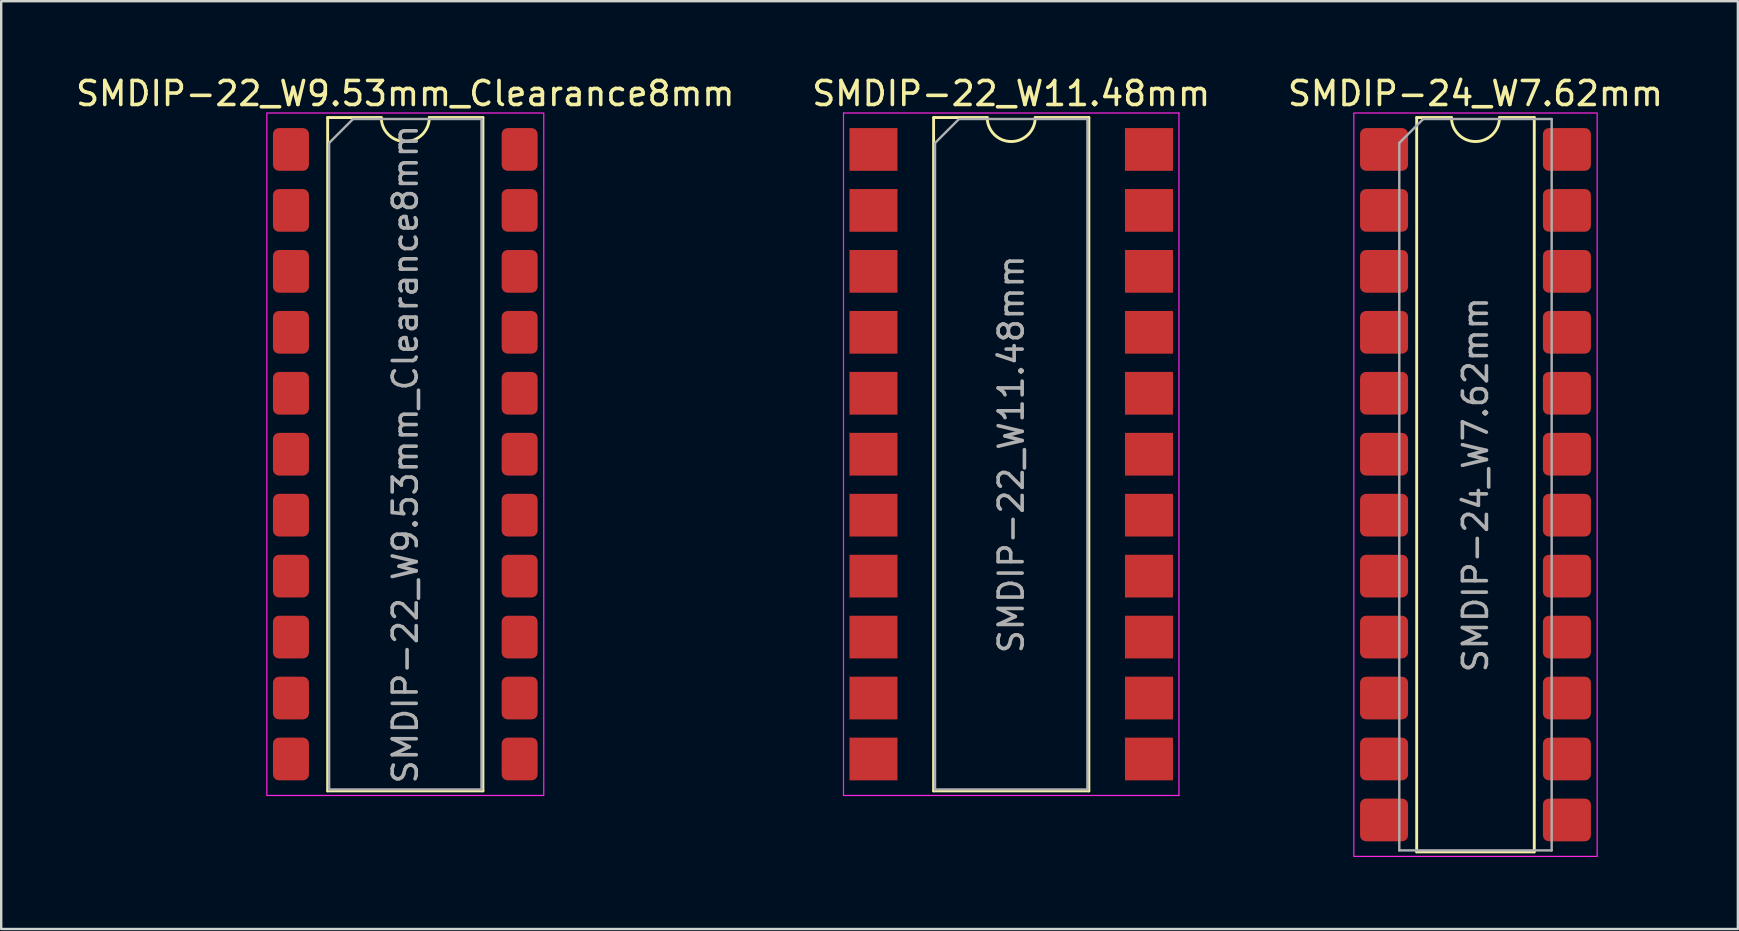
<source format=kicad_pcb>
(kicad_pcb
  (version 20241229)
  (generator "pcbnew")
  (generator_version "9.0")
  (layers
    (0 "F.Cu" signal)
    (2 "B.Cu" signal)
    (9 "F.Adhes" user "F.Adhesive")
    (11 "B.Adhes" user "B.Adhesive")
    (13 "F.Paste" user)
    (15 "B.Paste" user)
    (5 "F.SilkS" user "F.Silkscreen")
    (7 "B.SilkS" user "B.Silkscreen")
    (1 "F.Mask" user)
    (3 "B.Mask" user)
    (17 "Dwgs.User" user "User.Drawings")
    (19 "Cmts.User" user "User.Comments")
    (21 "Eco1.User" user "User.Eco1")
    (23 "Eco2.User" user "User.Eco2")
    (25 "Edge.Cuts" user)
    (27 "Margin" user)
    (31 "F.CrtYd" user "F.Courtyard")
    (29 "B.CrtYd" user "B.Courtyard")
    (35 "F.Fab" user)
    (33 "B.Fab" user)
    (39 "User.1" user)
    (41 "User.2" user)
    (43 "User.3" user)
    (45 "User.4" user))
  (footprint "SMDIP-22_W11.48mm"
    (layer "F.Cu")
    (at 39.089 15.878)
    (property "Reference" "SMDIP-22_W11.48mm" (at 0 -15.03 0) (layer "F.SilkS") (effects (font (size 1 1) (thickness 0.15))))
    (attr smd)
    (fp_line (start -3.235 -14.03) (end -3.235 14.03) (stroke (width 0.12) (type solid)) (layer "F.SilkS"))
    (fp_line (start -3.235 14.03) (end 3.235 14.03) (stroke (width 0.12) (type solid)) (layer "F.SilkS"))
    (fp_line (start -1 -14.03) (end -3.235 -14.03) (stroke (width 0.12) (type solid)) (layer "F.SilkS"))
    (fp_line (start 3.235 -14.03) (end 1 -14.03) (stroke (width 0.12) (type solid)) (layer "F.SilkS"))
    (fp_line (start 3.235 14.03) (end 3.235 -14.03) (stroke (width 0.12) (type solid)) (layer "F.SilkS"))
    (fp_arc (start 1 -14.03) (mid 0 -13.03) (end -1 -14.03) (stroke (width 0.12) (type solid)) (layer "F.SilkS"))
    (fp_line (start -6.99 -14.22) (end -6.99 14.22) (stroke (width 0.05) (type solid)) (layer "F.CrtYd"))
    (fp_line (start -6.99 14.22) (end 6.99 14.22) (stroke (width 0.05) (type solid)) (layer "F.CrtYd"))
    (fp_line (start 6.99 -14.22) (end -6.99 -14.22) (stroke (width 0.05) (type solid)) (layer "F.CrtYd"))
    (fp_line (start 6.99 14.22) (end 6.99 -14.22) (stroke (width 0.05) (type solid)) (layer "F.CrtYd"))
    (fp_line (start -3.175 -12.97) (end -2.175 -13.97) (stroke (width 0.1) (type solid)) (layer "F.Fab"))
    (fp_line (start -3.175 13.97) (end -3.175 -12.97) (stroke (width 0.1) (type solid)) (layer "F.Fab"))
    (fp_line (start -2.175 -13.97) (end 3.175 -13.97) (stroke (width 0.1) (type solid)) (layer "F.Fab"))
    (fp_line (start 3.175 -13.97) (end 3.175 13.97) (stroke (width 0.1) (type solid)) (layer "F.Fab"))
    (fp_line (start 3.175 13.97) (end -3.175 13.97) (stroke (width 0.1) (type solid)) (layer "F.Fab"))
    (fp_text user "${REFERENCE}" (at 0 0 90) (layer "F.Fab") (effects (font (size 1 1) (thickness 0.15))))
    (pad "1" smd rect (at -5.74 -12.7) (size 2 1.78) (layers "F.Cu" "F.Mask" "F.Paste"))
    (pad "2" smd rect (at -5.74 -10.16) (size 2 1.78) (layers "F.Cu" "F.Mask" "F.Paste"))
    (pad "3" smd rect (at -5.74 -7.62) (size 2 1.78) (layers "F.Cu" "F.Mask" "F.Paste"))
    (pad "4" smd rect (at -5.74 -5.08) (size 2 1.78) (layers "F.Cu" "F.Mask" "F.Paste"))
    (pad "5" smd rect (at -5.74 -2.54) (size 2 1.78) (layers "F.Cu" "F.Mask" "F.Paste"))
    (pad "6" smd rect (at -5.74 0) (size 2 1.78) (layers "F.Cu" "F.Mask" "F.Paste"))
    (pad "7" smd rect (at -5.74 2.54) (size 2 1.78) (layers "F.Cu" "F.Mask" "F.Paste"))
    (pad "8" smd rect (at -5.74 5.08) (size 2 1.78) (layers "F.Cu" "F.Mask" "F.Paste"))
    (pad "9" smd rect (at -5.74 7.62) (size 2 1.78) (layers "F.Cu" "F.Mask" "F.Paste"))
    (pad "10" smd rect (at -5.74 10.16) (size 2 1.78) (layers "F.Cu" "F.Mask" "F.Paste"))
    (pad "11" smd rect (at -5.74 12.7) (size 2 1.78) (layers "F.Cu" "F.Mask" "F.Paste"))
    (pad "12" smd rect (at 5.74 12.7) (size 2 1.78) (layers "F.Cu" "F.Mask" "F.Paste"))
    (pad "13" smd rect (at 5.74 10.16) (size 2 1.78) (layers "F.Cu" "F.Mask" "F.Paste"))
    (pad "14" smd rect (at 5.74 7.62) (size 2 1.78) (layers "F.Cu" "F.Mask" "F.Paste"))
    (pad "15" smd rect (at 5.74 5.08) (size 2 1.78) (layers "F.Cu" "F.Mask" "F.Paste"))
    (pad "16" smd rect (at 5.74 2.54) (size 2 1.78) (layers "F.Cu" "F.Mask" "F.Paste"))
    (pad "17" smd rect (at 5.74 0) (size 2 1.78) (layers "F.Cu" "F.Mask" "F.Paste"))
    (pad "18" smd rect (at 5.74 -2.54) (size 2 1.78) (layers "F.Cu" "F.Mask" "F.Paste"))
    (pad "19" smd rect (at 5.74 -5.08) (size 2 1.78) (layers "F.Cu" "F.Mask" "F.Paste"))
    (pad "20" smd rect (at 5.74 -7.62) (size 2 1.78) (layers "F.Cu" "F.Mask" "F.Paste"))
    (pad "21" smd rect (at 5.74 -10.16) (size 2 1.78) (layers "F.Cu" "F.Mask" "F.Paste"))
    (pad "22" smd rect (at 5.74 -12.7) (size 2 1.78) (layers "F.Cu" "F.Mask" "F.Paste")))
  (footprint "SMDIP-22_W9.53mm_Clearance8mm"
    (layer "F.Cu")
    (at 13.839 15.878)
    (property "Reference" "SMDIP-22_W9.53mm_Clearance8mm" (at 0 -15.03 0) (layer "F.SilkS") (effects (font (size 1 1) (thickness 0.15))))
    (attr smd)
    (fp_line (start -3.235 -14.03) (end -3.235 14.03) (stroke (width 0.12) (type solid)) (layer "F.SilkS"))
    (fp_line (start -3.235 14.03) (end 3.235 14.03) (stroke (width 0.12) (type solid)) (layer "F.SilkS"))
    (fp_line (start -1 -14.03) (end -3.235 -14.03) (stroke (width 0.12) (type solid)) (layer "F.SilkS"))
    (fp_line (start 3.235 -14.03) (end 1 -14.03) (stroke (width 0.12) (type solid)) (layer "F.SilkS"))
    (fp_line (start 3.235 14.03) (end 3.235 -14.03) (stroke (width 0.12) (type solid)) (layer "F.SilkS"))
    (fp_arc (start 1 -14.03) (mid 0 -13.03) (end -1 -14.03) (stroke (width 0.12) (type solid)) (layer "F.SilkS"))
    (fp_rect (start -5.77 -14.22) (end 5.77 14.22) (stroke (width 0.05) (type solid)) (fill no) (layer "F.CrtYd"))
    (fp_line (start -3.175 -12.97) (end -2.175 -13.97) (stroke (width 0.1) (type solid)) (layer "F.Fab"))
    (fp_line (start -3.175 13.97) (end -3.175 -12.97) (stroke (width 0.1) (type solid)) (layer "F.Fab"))
    (fp_line (start -2.175 -13.97) (end 3.175 -13.97) (stroke (width 0.1) (type solid)) (layer "F.Fab"))
    (fp_line (start 3.175 -13.97) (end 3.175 13.97) (stroke (width 0.1) (type solid)) (layer "F.Fab"))
    (fp_line (start 3.175 13.97) (end -3.175 13.97) (stroke (width 0.1) (type solid)) (layer "F.Fab"))
    (fp_text user "${REFERENCE}" (at 0 0 90) (layer "F.Fab") (effects (font (size 1 1) (thickness 0.15))))
    (pad "1" smd roundrect (at -4.765 -12.7) (size 1.5 1.78) (layers "F.Cu" "F.Mask" "F.Paste") (roundrect_rratio 0.167))
    (pad "2" smd roundrect (at -4.765 -10.16) (size 1.5 1.78) (layers "F.Cu" "F.Mask" "F.Paste") (roundrect_rratio 0.167))
    (pad "3" smd roundrect (at -4.765 -7.62) (size 1.5 1.78) (layers "F.Cu" "F.Mask" "F.Paste") (roundrect_rratio 0.167))
    (pad "4" smd roundrect (at -4.765 -5.08) (size 1.5 1.78) (layers "F.Cu" "F.Mask" "F.Paste") (roundrect_rratio 0.167))
    (pad "5" smd roundrect (at -4.765 -2.54) (size 1.5 1.78) (layers "F.Cu" "F.Mask" "F.Paste") (roundrect_rratio 0.167))
    (pad "6" smd roundrect (at -4.765 0) (size 1.5 1.78) (layers "F.Cu" "F.Mask" "F.Paste") (roundrect_rratio 0.167))
    (pad "7" smd roundrect (at -4.765 2.54) (size 1.5 1.78) (layers "F.Cu" "F.Mask" "F.Paste") (roundrect_rratio 0.167))
    (pad "8" smd roundrect (at -4.765 5.08) (size 1.5 1.78) (layers "F.Cu" "F.Mask" "F.Paste") (roundrect_rratio 0.167))
    (pad "9" smd roundrect (at -4.765 7.62) (size 1.5 1.78) (layers "F.Cu" "F.Mask" "F.Paste") (roundrect_rratio 0.167))
    (pad "10" smd roundrect (at -4.765 10.16) (size 1.5 1.78) (layers "F.Cu" "F.Mask" "F.Paste") (roundrect_rratio 0.167))
    (pad "11" smd roundrect (at -4.765 12.7) (size 1.5 1.78) (layers "F.Cu" "F.Mask" "F.Paste") (roundrect_rratio 0.167))
    (pad "12" smd roundrect (at 4.765 12.7) (size 1.5 1.78) (layers "F.Cu" "F.Mask" "F.Paste") (roundrect_rratio 0.167))
    (pad "13" smd roundrect (at 4.765 10.16) (size 1.5 1.78) (layers "F.Cu" "F.Mask" "F.Paste") (roundrect_rratio 0.167))
    (pad "14" smd roundrect (at 4.765 7.62) (size 1.5 1.78) (layers "F.Cu" "F.Mask" "F.Paste") (roundrect_rratio 0.167))
    (pad "15" smd roundrect (at 4.765 5.08) (size 1.5 1.78) (layers "F.Cu" "F.Mask" "F.Paste") (roundrect_rratio 0.167))
    (pad "16" smd roundrect (at 4.765 2.54) (size 1.5 1.78) (layers "F.Cu" "F.Mask" "F.Paste") (roundrect_rratio 0.167))
    (pad "17" smd roundrect (at 4.765 0) (size 1.5 1.78) (layers "F.Cu" "F.Mask" "F.Paste") (roundrect_rratio 0.167))
    (pad "18" smd roundrect (at 4.765 -2.54) (size 1.5 1.78) (layers "F.Cu" "F.Mask" "F.Paste") (roundrect_rratio 0.167))
    (pad "19" smd roundrect (at 4.765 -5.08) (size 1.5 1.78) (layers "F.Cu" "F.Mask" "F.Paste") (roundrect_rratio 0.167))
    (pad "20" smd roundrect (at 4.765 -7.62) (size 1.5 1.78) (layers "F.Cu" "F.Mask" "F.Paste") (roundrect_rratio 0.167))
    (pad "21" smd roundrect (at 4.765 -10.16) (size 1.5 1.78) (layers "F.Cu" "F.Mask" "F.Paste") (roundrect_rratio 0.167))
    (pad "22" smd roundrect (at 4.765 -12.7) (size 1.5 1.78) (layers "F.Cu" "F.Mask" "F.Paste") (roundrect_rratio 0.167)))
  (footprint "SMDIP-24_W7.62mm"
    (layer "F.Cu")
    (at 58.435 17.148)
    (property "Reference" "SMDIP-24_W7.62mm" (at 0 -16.3 0) (layer "F.SilkS") (effects (font (size 1 1) (thickness 0.15))))
    (attr smd)
    (fp_line (start -2.45 -15.3) (end -2.45 15.3) (stroke (width 0.12) (type solid)) (layer "F.SilkS"))
    (fp_line (start -2.45 15.3) (end 2.45 15.3) (stroke (width 0.12) (type solid)) (layer "F.SilkS"))
    (fp_line (start -1 -15.3) (end -2.45 -15.3) (stroke (width 0.12) (type solid)) (layer "F.SilkS"))
    (fp_line (start 2.45 -15.3) (end 1 -15.3) (stroke (width 0.12) (type solid)) (layer "F.SilkS"))
    (fp_line (start 2.45 15.3) (end 2.45 -15.3) (stroke (width 0.12) (type solid)) (layer "F.SilkS"))
    (fp_arc (start 1 -15.3) (mid 0 -14.3) (end -1 -15.3) (stroke (width 0.12) (type solid)) (layer "F.SilkS"))
    (fp_rect (start -5.07 -15.49) (end 5.07 15.49) (stroke (width 0.05) (type solid)) (fill no) (layer "F.CrtYd"))
    (fp_line (start -3.175 -14.24) (end -2.175 -15.24) (stroke (width 0.1) (type solid)) (layer "F.Fab"))
    (fp_line (start -3.175 15.24) (end -3.175 -14.24) (stroke (width 0.1) (type solid)) (layer "F.Fab"))
    (fp_line (start -2.175 -15.24) (end 3.175 -15.24) (stroke (width 0.1) (type solid)) (layer "F.Fab"))
    (fp_line (start 3.175 -15.24) (end 3.175 15.24) (stroke (width 0.1) (type solid)) (layer "F.Fab"))
    (fp_line (start 3.175 15.24) (end -3.175 15.24) (stroke (width 0.1) (type solid)) (layer "F.Fab"))
    (fp_text user "${REFERENCE}" (at 0 0 90) (layer "F.Fab") (effects (font (size 1 1) (thickness 0.15))))
    (pad "1" smd roundrect (at -3.81 -13.97) (size 2 1.78) (layers "F.Cu" "F.Mask" "F.Paste") (roundrect_rratio 0.14))
    (pad "2" smd roundrect (at -3.81 -11.43) (size 2 1.78) (layers "F.Cu" "F.Mask" "F.Paste") (roundrect_rratio 0.14))
    (pad "3" smd roundrect (at -3.81 -8.89) (size 2 1.78) (layers "F.Cu" "F.Mask" "F.Paste") (roundrect_rratio 0.14))
    (pad "4" smd roundrect (at -3.81 -6.35) (size 2 1.78) (layers "F.Cu" "F.Mask" "F.Paste") (roundrect_rratio 0.14))
    (pad "5" smd roundrect (at -3.81 -3.81) (size 2 1.78) (layers "F.Cu" "F.Mask" "F.Paste") (roundrect_rratio 0.14))
    (pad "6" smd roundrect (at -3.81 -1.27) (size 2 1.78) (layers "F.Cu" "F.Mask" "F.Paste") (roundrect_rratio 0.14))
    (pad "7" smd roundrect (at -3.81 1.27) (size 2 1.78) (layers "F.Cu" "F.Mask" "F.Paste") (roundrect_rratio 0.14))
    (pad "8" smd roundrect (at -3.81 3.81) (size 2 1.78) (layers "F.Cu" "F.Mask" "F.Paste") (roundrect_rratio 0.14))
    (pad "9" smd roundrect (at -3.81 6.35) (size 2 1.78) (layers "F.Cu" "F.Mask" "F.Paste") (roundrect_rratio 0.14))
    (pad "10" smd roundrect (at -3.81 8.89) (size 2 1.78) (layers "F.Cu" "F.Mask" "F.Paste") (roundrect_rratio 0.14))
    (pad "11" smd roundrect (at -3.81 11.43) (size 2 1.78) (layers "F.Cu" "F.Mask" "F.Paste") (roundrect_rratio 0.14))
    (pad "12" smd roundrect (at -3.81 13.97) (size 2 1.78) (layers "F.Cu" "F.Mask" "F.Paste") (roundrect_rratio 0.14))
    (pad "13" smd roundrect (at 3.81 13.97) (size 2 1.78) (layers "F.Cu" "F.Mask" "F.Paste") (roundrect_rratio 0.14))
    (pad "14" smd roundrect (at 3.81 11.43) (size 2 1.78) (layers "F.Cu" "F.Mask" "F.Paste") (roundrect_rratio 0.14))
    (pad "15" smd roundrect (at 3.81 8.89) (size 2 1.78) (layers "F.Cu" "F.Mask" "F.Paste") (roundrect_rratio 0.14))
    (pad "16" smd roundrect (at 3.81 6.35) (size 2 1.78) (layers "F.Cu" "F.Mask" "F.Paste") (roundrect_rratio 0.14))
    (pad "17" smd roundrect (at 3.81 3.81) (size 2 1.78) (layers "F.Cu" "F.Mask" "F.Paste") (roundrect_rratio 0.14))
    (pad "18" smd roundrect (at 3.81 1.27) (size 2 1.78) (layers "F.Cu" "F.Mask" "F.Paste") (roundrect_rratio 0.14))
    (pad "19" smd roundrect (at 3.81 -1.27) (size 2 1.78) (layers "F.Cu" "F.Mask" "F.Paste") (roundrect_rratio 0.14))
    (pad "20" smd roundrect (at 3.81 -3.81) (size 2 1.78) (layers "F.Cu" "F.Mask" "F.Paste") (roundrect_rratio 0.14))
    (pad "21" smd roundrect (at 3.81 -6.35) (size 2 1.78) (layers "F.Cu" "F.Mask" "F.Paste") (roundrect_rratio 0.14))
    (pad "22" smd roundrect (at 3.81 -8.89) (size 2 1.78) (layers "F.Cu" "F.Mask" "F.Paste") (roundrect_rratio 0.14))
    (pad "23" smd roundrect (at 3.81 -11.43) (size 2 1.78) (layers "F.Cu" "F.Mask" "F.Paste") (roundrect_rratio 0.14))
    (pad "24" smd roundrect (at 3.81 -13.97) (size 2 1.78) (layers "F.Cu" "F.Mask" "F.Paste") (roundrect_rratio 0.14)))
  (gr_rect
    (start -3 -3)
    (end 69.369 35.663)
    (stroke (width 0.1) (type default))
    (fill no)
    (layer "Edge.Cuts")))
</source>
